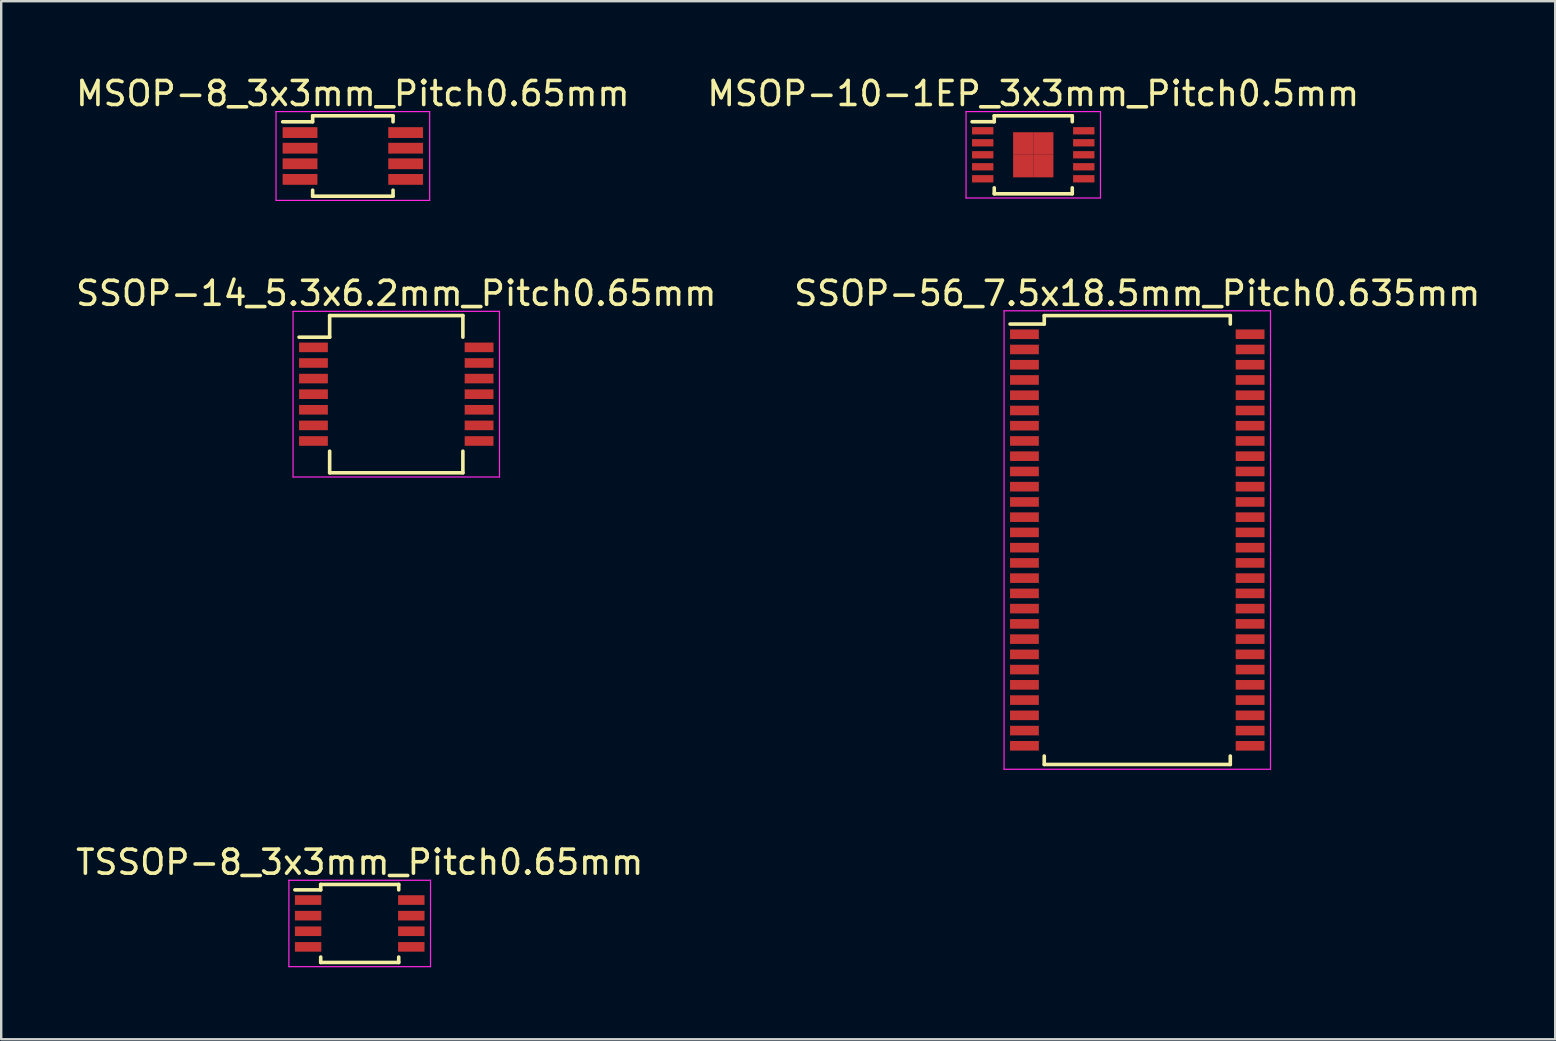
<source format=kicad_pcb>
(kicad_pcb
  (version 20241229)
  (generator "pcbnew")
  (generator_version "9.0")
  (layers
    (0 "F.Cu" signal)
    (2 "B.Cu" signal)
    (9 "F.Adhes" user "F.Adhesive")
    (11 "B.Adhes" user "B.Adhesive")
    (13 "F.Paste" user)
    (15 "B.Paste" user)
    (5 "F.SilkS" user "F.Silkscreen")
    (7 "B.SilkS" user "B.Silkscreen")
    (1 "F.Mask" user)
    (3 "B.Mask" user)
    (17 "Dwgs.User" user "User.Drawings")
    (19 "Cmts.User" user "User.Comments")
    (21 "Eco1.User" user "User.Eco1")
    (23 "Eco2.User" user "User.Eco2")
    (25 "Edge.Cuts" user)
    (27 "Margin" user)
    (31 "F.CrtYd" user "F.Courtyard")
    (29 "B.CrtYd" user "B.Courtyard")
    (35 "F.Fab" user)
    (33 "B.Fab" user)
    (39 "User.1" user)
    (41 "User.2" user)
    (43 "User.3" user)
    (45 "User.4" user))
  (footprint "SSOP-56_7.5x18.5mm_Pitch0.635mm"
    (layer "F.Cu")
    (at 44.327 19.447)
    (property "Reference" "SSOP-56_7.5x18.5mm_Pitch0.635mm" (at 0 -10.275 0) (layer "F.SilkS") (effects (font (size 1 1) (thickness 0.15))))
    (attr smd)
    (fp_line (start -3.875 -9.35) (end -3.875 -8.998) (stroke (width 0.15) (type solid)) (layer "F.SilkS"))
    (fp_line (start -3.875 -9.35) (end 3.875 -9.35) (stroke (width 0.15) (type solid)) (layer "F.SilkS"))
    (fp_line (start -3.875 -8.998) (end -5.3 -8.998) (stroke (width 0.15) (type solid)) (layer "F.SilkS"))
    (fp_line (start -3.875 9.35) (end -3.875 8.998) (stroke (width 0.15) (type solid)) (layer "F.SilkS"))
    (fp_line (start -3.875 9.35) (end 3.875 9.35) (stroke (width 0.15) (type solid)) (layer "F.SilkS"))
    (fp_line (start 3.875 -9.35) (end 3.875 -8.998) (stroke (width 0.15) (type solid)) (layer "F.SilkS"))
    (fp_line (start 3.875 9.35) (end 3.875 8.998) (stroke (width 0.15) (type solid)) (layer "F.SilkS"))
    (fp_line (start -5.55 -9.55) (end -5.55 9.55) (stroke (width 0.05) (type solid)) (layer "F.CrtYd"))
    (fp_line (start -5.55 -9.55) (end 5.55 -9.55) (stroke (width 0.05) (type solid)) (layer "F.CrtYd"))
    (fp_line (start -5.55 9.55) (end 5.55 9.55) (stroke (width 0.05) (type solid)) (layer "F.CrtYd"))
    (fp_line (start 5.55 -9.55) (end 5.55 9.55) (stroke (width 0.05) (type solid)) (layer "F.CrtYd"))
    (pad "1" smd rect (at -4.7 -8.572) (size 1.2 0.4) (layers "F.Cu" "F.Mask" "F.Paste"))
    (pad "2" smd rect (at -4.7 -7.938) (size 1.2 0.4) (layers "F.Cu" "F.Mask" "F.Paste"))
    (pad "3" smd rect (at -4.7 -7.303) (size 1.2 0.4) (layers "F.Cu" "F.Mask" "F.Paste"))
    (pad "4" smd rect (at -4.7 -6.668) (size 1.2 0.4) (layers "F.Cu" "F.Mask" "F.Paste"))
    (pad "5" smd rect (at -4.7 -6.032) (size 1.2 0.4) (layers "F.Cu" "F.Mask" "F.Paste"))
    (pad "6" smd rect (at -4.7 -5.397) (size 1.2 0.4) (layers "F.Cu" "F.Mask" "F.Paste"))
    (pad "7" smd rect (at -4.7 -4.763) (size 1.2 0.4) (layers "F.Cu" "F.Mask" "F.Paste"))
    (pad "8" smd rect (at -4.7 -4.128) (size 1.2 0.4) (layers "F.Cu" "F.Mask" "F.Paste"))
    (pad "9" smd rect (at -4.7 -3.493) (size 1.2 0.4) (layers "F.Cu" "F.Mask" "F.Paste"))
    (pad "10" smd rect (at -4.7 -2.857) (size 1.2 0.4) (layers "F.Cu" "F.Mask" "F.Paste"))
    (pad "11" smd rect (at -4.7 -2.223) (size 1.2 0.4) (layers "F.Cu" "F.Mask" "F.Paste"))
    (pad "12" smd rect (at -4.7 -1.587) (size 1.2 0.4) (layers "F.Cu" "F.Mask" "F.Paste"))
    (pad "13" smd rect (at -4.7 -0.953) (size 1.2 0.4) (layers "F.Cu" "F.Mask" "F.Paste"))
    (pad "14" smd rect (at -4.7 -0.318) (size 1.2 0.4) (layers "F.Cu" "F.Mask" "F.Paste"))
    (pad "15" smd rect (at -4.7 0.318) (size 1.2 0.4) (layers "F.Cu" "F.Mask" "F.Paste"))
    (pad "16" smd rect (at -4.7 0.953) (size 1.2 0.4) (layers "F.Cu" "F.Mask" "F.Paste"))
    (pad "17" smd rect (at -4.7 1.587) (size 1.2 0.4) (layers "F.Cu" "F.Mask" "F.Paste"))
    (pad "18" smd rect (at -4.7 2.223) (size 1.2 0.4) (layers "F.Cu" "F.Mask" "F.Paste"))
    (pad "19" smd rect (at -4.7 2.857) (size 1.2 0.4) (layers "F.Cu" "F.Mask" "F.Paste"))
    (pad "20" smd rect (at -4.7 3.493) (size 1.2 0.4) (layers "F.Cu" "F.Mask" "F.Paste"))
    (pad "21" smd rect (at -4.7 4.128) (size 1.2 0.4) (layers "F.Cu" "F.Mask" "F.Paste"))
    (pad "22" smd rect (at -4.7 4.763) (size 1.2 0.4) (layers "F.Cu" "F.Mask" "F.Paste"))
    (pad "23" smd rect (at -4.7 5.397) (size 1.2 0.4) (layers "F.Cu" "F.Mask" "F.Paste"))
    (pad "24" smd rect (at -4.7 6.032) (size 1.2 0.4) (layers "F.Cu" "F.Mask" "F.Paste"))
    (pad "25" smd rect (at -4.7 6.668) (size 1.2 0.4) (layers "F.Cu" "F.Mask" "F.Paste"))
    (pad "26" smd rect (at -4.7 7.303) (size 1.2 0.4) (layers "F.Cu" "F.Mask" "F.Paste"))
    (pad "27" smd rect (at -4.7 7.938) (size 1.2 0.4) (layers "F.Cu" "F.Mask" "F.Paste"))
    (pad "28" smd rect (at -4.7 8.572) (size 1.2 0.4) (layers "F.Cu" "F.Mask" "F.Paste"))
    (pad "29" smd rect (at 4.7 8.572) (size 1.2 0.4) (layers "F.Cu" "F.Mask" "F.Paste"))
    (pad "30" smd rect (at 4.7 7.938) (size 1.2 0.4) (layers "F.Cu" "F.Mask" "F.Paste"))
    (pad "31" smd rect (at 4.7 7.303) (size 1.2 0.4) (layers "F.Cu" "F.Mask" "F.Paste"))
    (pad "32" smd rect (at 4.7 6.668) (size 1.2 0.4) (layers "F.Cu" "F.Mask" "F.Paste"))
    (pad "33" smd rect (at 4.7 6.032) (size 1.2 0.4) (layers "F.Cu" "F.Mask" "F.Paste"))
    (pad "34" smd rect (at 4.7 5.397) (size 1.2 0.4) (layers "F.Cu" "F.Mask" "F.Paste"))
    (pad "35" smd rect (at 4.7 4.763) (size 1.2 0.4) (layers "F.Cu" "F.Mask" "F.Paste"))
    (pad "36" smd rect (at 4.7 4.128) (size 1.2 0.4) (layers "F.Cu" "F.Mask" "F.Paste"))
    (pad "37" smd rect (at 4.7 3.493) (size 1.2 0.4) (layers "F.Cu" "F.Mask" "F.Paste"))
    (pad "38" smd rect (at 4.7 2.857) (size 1.2 0.4) (layers "F.Cu" "F.Mask" "F.Paste"))
    (pad "39" smd rect (at 4.7 2.223) (size 1.2 0.4) (layers "F.Cu" "F.Mask" "F.Paste"))
    (pad "40" smd rect (at 4.7 1.587) (size 1.2 0.4) (layers "F.Cu" "F.Mask" "F.Paste"))
    (pad "41" smd rect (at 4.7 0.953) (size 1.2 0.4) (layers "F.Cu" "F.Mask" "F.Paste"))
    (pad "42" smd rect (at 4.7 0.318) (size 1.2 0.4) (layers "F.Cu" "F.Mask" "F.Paste"))
    (pad "43" smd rect (at 4.7 -0.318) (size 1.2 0.4) (layers "F.Cu" "F.Mask" "F.Paste"))
    (pad "44" smd rect (at 4.7 -0.953) (size 1.2 0.4) (layers "F.Cu" "F.Mask" "F.Paste"))
    (pad "45" smd rect (at 4.7 -1.587) (size 1.2 0.4) (layers "F.Cu" "F.Mask" "F.Paste"))
    (pad "46" smd rect (at 4.7 -2.223) (size 1.2 0.4) (layers "F.Cu" "F.Mask" "F.Paste"))
    (pad "47" smd rect (at 4.7 -2.857) (size 1.2 0.4) (layers "F.Cu" "F.Mask" "F.Paste"))
    (pad "48" smd rect (at 4.7 -3.493) (size 1.2 0.4) (layers "F.Cu" "F.Mask" "F.Paste"))
    (pad "49" smd rect (at 4.7 -4.128) (size 1.2 0.4) (layers "F.Cu" "F.Mask" "F.Paste"))
    (pad "50" smd rect (at 4.7 -4.763) (size 1.2 0.4) (layers "F.Cu" "F.Mask" "F.Paste"))
    (pad "51" smd rect (at 4.7 -5.397) (size 1.2 0.4) (layers "F.Cu" "F.Mask" "F.Paste"))
    (pad "52" smd rect (at 4.7 -6.032) (size 1.2 0.4) (layers "F.Cu" "F.Mask" "F.Paste"))
    (pad "53" smd rect (at 4.7 -6.668) (size 1.2 0.4) (layers "F.Cu" "F.Mask" "F.Paste"))
    (pad "54" smd rect (at 4.7 -7.303) (size 1.2 0.4) (layers "F.Cu" "F.Mask" "F.Paste"))
    (pad "55" smd rect (at 4.7 -7.938) (size 1.2 0.4) (layers "F.Cu" "F.Mask" "F.Paste"))
    (pad "56" smd rect (at 4.7 -8.572) (size 1.2 0.4) (layers "F.Cu" "F.Mask" "F.Paste")))
  (footprint "MSOP-8_3x3mm_Pitch0.65mm"
    (layer "F.Cu")
    (at 11.649 3.448)
    (property "Reference" "MSOP-8_3x3mm_Pitch0.65mm" (at 0 -2.6 0) (layer "F.SilkS") (effects (font (size 1 1) (thickness 0.15))))
    (attr smd)
    (fp_line (start -1.675 -1.675) (end -1.675 -1.425) (stroke (width 0.15) (type solid)) (layer "F.SilkS"))
    (fp_line (start -1.675 -1.675) (end 1.675 -1.675) (stroke (width 0.15) (type solid)) (layer "F.SilkS"))
    (fp_line (start -1.675 -1.425) (end -2.925 -1.425) (stroke (width 0.15) (type solid)) (layer "F.SilkS"))
    (fp_line (start -1.675 1.675) (end -1.675 1.425) (stroke (width 0.15) (type solid)) (layer "F.SilkS"))
    (fp_line (start -1.675 1.675) (end 1.675 1.675) (stroke (width 0.15) (type solid)) (layer "F.SilkS"))
    (fp_line (start 1.675 -1.675) (end 1.675 -1.425) (stroke (width 0.15) (type solid)) (layer "F.SilkS"))
    (fp_line (start 1.675 1.675) (end 1.675 1.425) (stroke (width 0.15) (type solid)) (layer "F.SilkS"))
    (fp_line (start -3.2 -1.85) (end -3.2 1.85) (stroke (width 0.05) (type solid)) (layer "F.CrtYd"))
    (fp_line (start -3.2 -1.85) (end 3.2 -1.85) (stroke (width 0.05) (type solid)) (layer "F.CrtYd"))
    (fp_line (start -3.2 1.85) (end 3.2 1.85) (stroke (width 0.05) (type solid)) (layer "F.CrtYd"))
    (fp_line (start 3.2 -1.85) (end 3.2 1.85) (stroke (width 0.05) (type solid)) (layer "F.CrtYd"))
    (pad "1" smd rect (at -2.2 -0.975) (size 1.45 0.45) (layers "F.Cu" "F.Mask" "F.Paste"))
    (pad "2" smd rect (at -2.2 -0.325) (size 1.45 0.45) (layers "F.Cu" "F.Mask" "F.Paste"))
    (pad "3" smd rect (at -2.2 0.325) (size 1.45 0.45) (layers "F.Cu" "F.Mask" "F.Paste"))
    (pad "4" smd rect (at -2.2 0.975) (size 1.45 0.45) (layers "F.Cu" "F.Mask" "F.Paste"))
    (pad "5" smd rect (at 2.2 0.975) (size 1.45 0.45) (layers "F.Cu" "F.Mask" "F.Paste"))
    (pad "6" smd rect (at 2.2 0.325) (size 1.45 0.45) (layers "F.Cu" "F.Mask" "F.Paste"))
    (pad "7" smd rect (at 2.2 -0.325) (size 1.45 0.45) (layers "F.Cu" "F.Mask" "F.Paste"))
    (pad "8" smd rect (at 2.2 -0.975) (size 1.45 0.45) (layers "F.Cu" "F.Mask" "F.Paste")))
  (footprint "MSOP-10-1EP_3x3mm_Pitch0.5mm"
    (layer "F.Cu")
    (at 39.994 3.398)
    (property "Reference" "MSOP-10-1EP_3x3mm_Pitch0.5mm" (at 0 -2.55 0) (layer "F.SilkS") (effects (font (size 1 1) (thickness 0.15))))
    (attr smd)
    (fp_line (start -1.625 -1.625) (end -1.625 -1.377) (stroke (width 0.15) (type solid)) (layer "F.SilkS"))
    (fp_line (start -1.625 -1.625) (end 1.625 -1.625) (stroke (width 0.15) (type solid)) (layer "F.SilkS"))
    (fp_line (start -1.625 -1.377) (end -2.55 -1.377) (stroke (width 0.15) (type solid)) (layer "F.SilkS"))
    (fp_line (start -1.625 1.625) (end -1.625 1.377) (stroke (width 0.15) (type solid)) (layer "F.SilkS"))
    (fp_line (start -1.625 1.625) (end 1.625 1.625) (stroke (width 0.15) (type solid)) (layer "F.SilkS"))
    (fp_line (start 1.625 -1.625) (end 1.625 -1.377) (stroke (width 0.15) (type solid)) (layer "F.SilkS"))
    (fp_line (start 1.625 1.625) (end 1.625 1.377) (stroke (width 0.15) (type solid)) (layer "F.SilkS"))
    (fp_line (start -2.8 -1.8) (end -2.8 1.8) (stroke (width 0.05) (type solid)) (layer "F.CrtYd"))
    (fp_line (start -2.8 -1.8) (end 2.8 -1.8) (stroke (width 0.05) (type solid)) (layer "F.CrtYd"))
    (fp_line (start -2.8 1.8) (end 2.8 1.8) (stroke (width 0.05) (type solid)) (layer "F.CrtYd"))
    (fp_line (start 2.8 -1.8) (end 2.8 1.8) (stroke (width 0.05) (type solid)) (layer "F.CrtYd"))
    (pad "1" smd rect (at -2.105 -1) (size 0.89 0.305) (layers "F.Cu" "F.Mask" "F.Paste"))
    (pad "2" smd rect (at -2.105 -0.5) (size 0.89 0.305) (layers "F.Cu" "F.Mask" "F.Paste"))
    (pad "3" smd rect (at -2.105 0) (size 0.89 0.305) (layers "F.Cu" "F.Mask" "F.Paste"))
    (pad "4" smd rect (at -2.105 0.5) (size 0.89 0.305) (layers "F.Cu" "F.Mask" "F.Paste"))
    (pad "5" smd rect (at -2.105 1) (size 0.89 0.305) (layers "F.Cu" "F.Mask" "F.Paste"))
    (pad "6" smd rect (at 2.105 1) (size 0.89 0.305) (layers "F.Cu" "F.Mask" "F.Paste"))
    (pad "7" smd rect (at 2.105 0.5) (size 0.89 0.305) (layers "F.Cu" "F.Mask" "F.Paste"))
    (pad "8" smd rect (at 2.105 0) (size 0.89 0.305) (layers "F.Cu" "F.Mask" "F.Paste"))
    (pad "9" smd rect (at 2.105 -0.5) (size 0.89 0.305) (layers "F.Cu" "F.Mask" "F.Paste"))
    (pad "10" smd rect (at 2.105 -1) (size 0.89 0.305) (layers "F.Cu" "F.Mask" "F.Paste"))
    (pad "11" smd rect (at -0.42 -0.47) (size 0.84 0.94) (layers "F.Cu" "F.Mask" "F.Paste"))
    (pad "11" smd rect (at -0.42 0.47) (size 0.84 0.94) (layers "F.Cu" "F.Mask" "F.Paste"))
    (pad "11" smd rect (at 0.42 -0.47) (size 0.84 0.94) (layers "F.Cu" "F.Mask" "F.Paste"))
    (pad "11" smd rect (at 0.42 0.47) (size 0.84 0.94) (layers "F.Cu" "F.Mask" "F.Paste")))
  (footprint "TSSOP-8_3x3mm_Pitch0.65mm"
    (layer "F.Cu")
    (at 11.935 35.42)
    (property "Reference" "TSSOP-8_3x3mm_Pitch0.65mm" (at 0 -2.55 0) (layer "F.SilkS") (effects (font (size 1 1) (thickness 0.15))))
    (attr smd)
    (fp_line (start -1.625 -1.625) (end -1.625 -1.4) (stroke (width 0.15) (type solid)) (layer "F.SilkS"))
    (fp_line (start -1.625 -1.625) (end 1.625 -1.625) (stroke (width 0.15) (type solid)) (layer "F.SilkS"))
    (fp_line (start -1.625 -1.4) (end -2.7 -1.4) (stroke (width 0.15) (type solid)) (layer "F.SilkS"))
    (fp_line (start -1.625 1.625) (end -1.625 1.4) (stroke (width 0.15) (type solid)) (layer "F.SilkS"))
    (fp_line (start -1.625 1.625) (end 1.625 1.625) (stroke (width 0.15) (type solid)) (layer "F.SilkS"))
    (fp_line (start 1.625 -1.625) (end 1.625 -1.4) (stroke (width 0.15) (type solid)) (layer "F.SilkS"))
    (fp_line (start 1.625 1.625) (end 1.625 1.4) (stroke (width 0.15) (type solid)) (layer "F.SilkS"))
    (fp_line (start -2.95 -1.8) (end -2.95 1.8) (stroke (width 0.05) (type solid)) (layer "F.CrtYd"))
    (fp_line (start -2.95 -1.8) (end 2.95 -1.8) (stroke (width 0.05) (type solid)) (layer "F.CrtYd"))
    (fp_line (start -2.95 1.8) (end 2.95 1.8) (stroke (width 0.05) (type solid)) (layer "F.CrtYd"))
    (fp_line (start 2.95 -1.8) (end 2.95 1.8) (stroke (width 0.05) (type solid)) (layer "F.CrtYd"))
    (pad "1" smd rect (at -2.15 -0.975) (size 1.1 0.4) (layers "F.Cu" "F.Mask" "F.Paste"))
    (pad "2" smd rect (at -2.15 -0.325) (size 1.1 0.4) (layers "F.Cu" "F.Mask" "F.Paste"))
    (pad "3" smd rect (at -2.15 0.325) (size 1.1 0.4) (layers "F.Cu" "F.Mask" "F.Paste"))
    (pad "4" smd rect (at -2.15 0.975) (size 1.1 0.4) (layers "F.Cu" "F.Mask" "F.Paste"))
    (pad "5" smd rect (at 2.15 0.975) (size 1.1 0.4) (layers "F.Cu" "F.Mask" "F.Paste"))
    (pad "6" smd rect (at 2.15 0.325) (size 1.1 0.4) (layers "F.Cu" "F.Mask" "F.Paste"))
    (pad "7" smd rect (at 2.15 -0.325) (size 1.1 0.4) (layers "F.Cu" "F.Mask" "F.Paste"))
    (pad "8" smd rect (at 2.15 -0.975) (size 1.1 0.4) (layers "F.Cu" "F.Mask" "F.Paste")))
  (footprint "SSOP-14_5.3x6.2mm_Pitch0.65mm"
    (layer "F.Cu")
    (at 13.458 13.371)
    (property "Reference" "SSOP-14_5.3x6.2mm_Pitch0.65mm" (at 0 -4.2 0) (layer "F.SilkS") (effects (font (size 1 1) (thickness 0.15))))
    (attr smd)
    (fp_line (start -2.775 -3.275) (end -2.775 -2.375) (stroke (width 0.15) (type solid)) (layer "F.SilkS"))
    (fp_line (start -2.775 -3.275) (end 2.775 -3.275) (stroke (width 0.15) (type solid)) (layer "F.SilkS"))
    (fp_line (start -2.775 -2.375) (end -4.05 -2.375) (stroke (width 0.15) (type solid)) (layer "F.SilkS"))
    (fp_line (start -2.775 3.275) (end -2.775 2.375) (stroke (width 0.15) (type solid)) (layer "F.SilkS"))
    (fp_line (start -2.775 3.275) (end 2.775 3.275) (stroke (width 0.15) (type solid)) (layer "F.SilkS"))
    (fp_line (start 2.775 -3.275) (end 2.775 -2.375) (stroke (width 0.15) (type solid)) (layer "F.SilkS"))
    (fp_line (start 2.775 3.275) (end 2.775 2.375) (stroke (width 0.15) (type solid)) (layer "F.SilkS"))
    (fp_line (start -4.3 -3.45) (end -4.3 3.45) (stroke (width 0.05) (type solid)) (layer "F.CrtYd"))
    (fp_line (start -4.3 -3.45) (end 4.3 -3.45) (stroke (width 0.05) (type solid)) (layer "F.CrtYd"))
    (fp_line (start -4.3 3.45) (end 4.3 3.45) (stroke (width 0.05) (type solid)) (layer "F.CrtYd"))
    (fp_line (start 4.3 -3.45) (end 4.3 3.45) (stroke (width 0.05) (type solid)) (layer "F.CrtYd"))
    (pad "1" smd rect (at -3.45 -1.95) (size 1.2 0.4) (layers "F.Cu" "F.Mask" "F.Paste"))
    (pad "2" smd rect (at -3.45 -1.3) (size 1.2 0.4) (layers "F.Cu" "F.Mask" "F.Paste"))
    (pad "3" smd rect (at -3.45 -0.65) (size 1.2 0.4) (layers "F.Cu" "F.Mask" "F.Paste"))
    (pad "4" smd rect (at -3.45 0) (size 1.2 0.4) (layers "F.Cu" "F.Mask" "F.Paste"))
    (pad "5" smd rect (at -3.45 0.65) (size 1.2 0.4) (layers "F.Cu" "F.Mask" "F.Paste"))
    (pad "6" smd rect (at -3.45 1.3) (size 1.2 0.4) (layers "F.Cu" "F.Mask" "F.Paste"))
    (pad "7" smd rect (at -3.45 1.95) (size 1.2 0.4) (layers "F.Cu" "F.Mask" "F.Paste"))
    (pad "8" smd rect (at 3.45 1.95) (size 1.2 0.4) (layers "F.Cu" "F.Mask" "F.Paste"))
    (pad "9" smd rect (at 3.45 1.3) (size 1.2 0.4) (layers "F.Cu" "F.Mask" "F.Paste"))
    (pad "10" smd rect (at 3.45 0.65) (size 1.2 0.4) (layers "F.Cu" "F.Mask" "F.Paste"))
    (pad "11" smd rect (at 3.45 0) (size 1.2 0.4) (layers "F.Cu" "F.Mask" "F.Paste"))
    (pad "12" smd rect (at 3.45 -0.65) (size 1.2 0.4) (layers "F.Cu" "F.Mask" "F.Paste"))
    (pad "13" smd rect (at 3.45 -1.3) (size 1.2 0.4) (layers "F.Cu" "F.Mask" "F.Paste"))
    (pad "14" smd rect (at 3.45 -1.95) (size 1.2 0.4) (layers "F.Cu" "F.Mask" "F.Paste")))
  (gr_rect
    (start -3 -3)
    (end 61.738 40.245)
    (stroke (width 0.1) (type default))
    (fill no)
    (layer "Edge.Cuts")))
</source>
